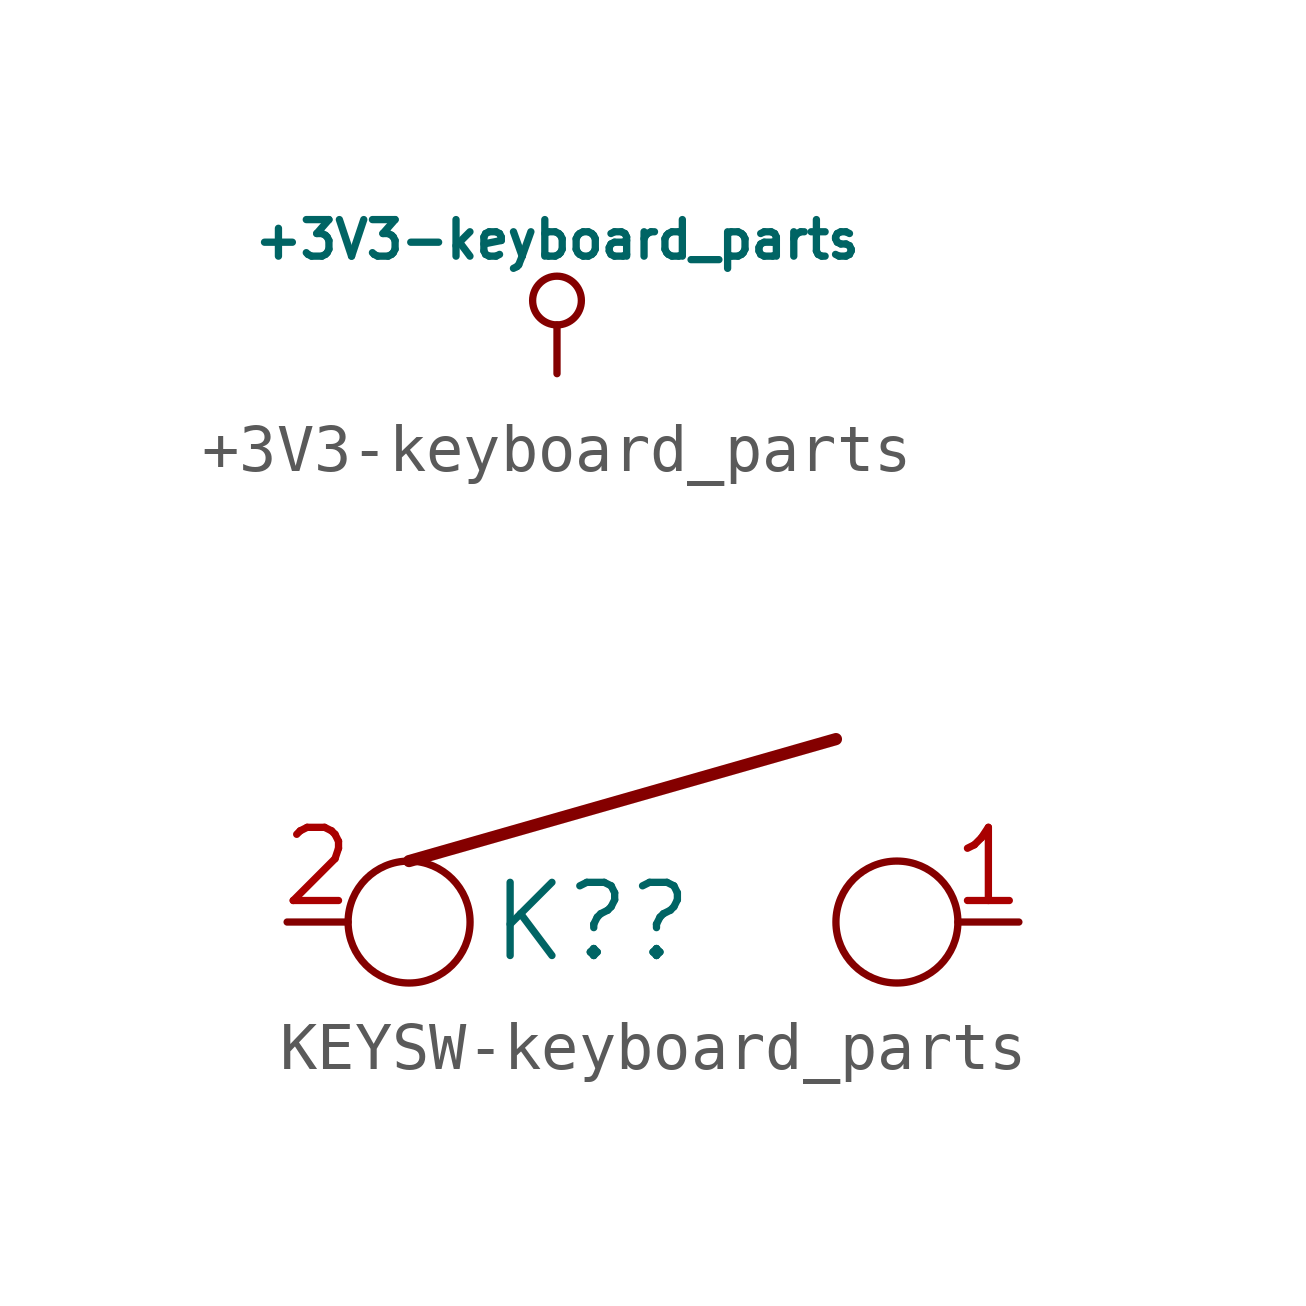
<source format=kicad_sym>
(kicad_symbol_lib
  (version 20220914)
  (generator kicad_symbol_editor)
  (symbol "+3V3-keyboard_parts"
    (power)
    (pin_names
      (offset 0))
    (property "Reference" "#PWR"
      (at 0 -0.762 0)
      (effects (font (size 0.508 0.508)) hide))
    (property "Value" "+3V3-keyboard_parts"
      (at 0 2.794 0)
      (effects (font (size 0.762 0.762))))
    (property "Footprint" ""
      (at 0 0 0)
      (effects (font (size 1.524 1.524))))
    (property "Datasheet" ""
      (at 0 0 0)
      (effects (font (size 1.524 1.524))))
    (symbol "+3V3-keyboard_parts_0_0"
      (pin power_in line (at 0 0 90) (length 0) hide (name "+5V" (effects (font (size 0.508 0.508)))) (number "1" (effects (font (size 0.254 0.254))))))
    (symbol "+3V3-keyboard_parts_0_1"
      (polyline (pts (xy 0 0) (xy 0 1.016) (xy 0 1.016)) (stroke (width 0) (type solid)) (fill (type none)))
      (circle (center 0 1.524) (radius 0.508) (stroke (width 0) (type solid)) (fill (type none)))))
  (symbol "KEYSW-keyboard_parts"
    (pin_names
      (offset 1.016))
    (property "Reference" "K?"
      (at -1.27 0 0)
      (effects (font (size 1.524 1.524))))
    (property "Footprint" ""
      (at 0 0 0)
      (effects (font (size 1.524 1.524))))
    (property "Datasheet" ""
      (at 0 0 0)
      (effects (font (size 1.524 1.524))))
    (symbol "KEYSW-keyboard_parts_0_1"
      (circle (center -5.08 0) (radius 1.27) (stroke (width 0) (type solid)) (fill (type none)))
      (polyline (pts (xy -5.08 1.27) (xy 3.81 3.81)) (stroke (width 0.254) (type solid)) (fill (type none)))
      (circle (center 5.08 0) (radius 1.27) (stroke (width 0) (type solid)) (fill (type none))))
    (symbol "KEYSW-keyboard_parts_1_1"
      (pin passive line (at 7.62 0 180) (length 1.27) (name "~" (effects (font (size 1.524 1.524)))) (number "1" (effects (font (size 1.524 1.524)))))
      (pin passive line (at -7.62 0 0) (length 1.27) (name "~" (effects (font (size 1.524 1.524)))) (number "2" (effects (font (size 1.524 1.524))))))))
</source>
